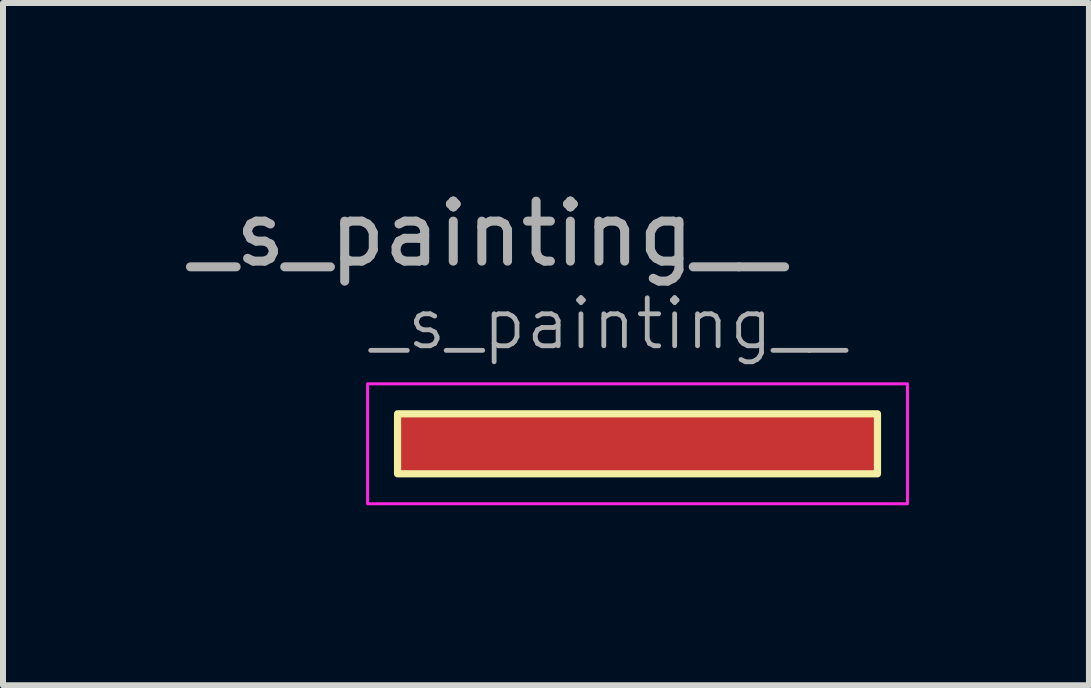
<source format=kicad_pcb>
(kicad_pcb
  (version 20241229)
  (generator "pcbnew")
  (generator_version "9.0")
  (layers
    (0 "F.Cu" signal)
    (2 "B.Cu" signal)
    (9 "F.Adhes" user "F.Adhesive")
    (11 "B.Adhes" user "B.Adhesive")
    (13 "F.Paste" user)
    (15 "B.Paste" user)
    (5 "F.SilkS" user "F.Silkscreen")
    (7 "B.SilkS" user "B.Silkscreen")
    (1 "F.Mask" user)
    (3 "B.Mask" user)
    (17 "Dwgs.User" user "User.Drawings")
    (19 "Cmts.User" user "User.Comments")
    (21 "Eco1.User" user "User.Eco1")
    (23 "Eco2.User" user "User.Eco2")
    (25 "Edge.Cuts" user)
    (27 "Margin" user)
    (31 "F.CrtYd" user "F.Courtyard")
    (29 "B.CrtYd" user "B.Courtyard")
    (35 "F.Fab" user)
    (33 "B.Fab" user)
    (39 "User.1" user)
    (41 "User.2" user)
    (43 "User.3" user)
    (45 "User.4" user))
  (footprint "_s_painting__"
    (layer "F.Cu")
    (at 3.577 3.848)
    (property "Reference" "_s_painting__" (at -0.5 -1.5 0) (unlocked yes) (layer "F.Fab") (effects (font (size 0.8 0.8) (thickness 0.08)) (justify left)))
    (attr smd)
    (fp_rect (start 0 0) (end 8 1) (stroke (width 0.12) (type solid)) (fill no) (layer "F.SilkS"))
    (fp_rect (start -0.5 -0.5) (end 8.5 1.5) (stroke (width 0.05) (type solid)) (fill no) (layer "F.CrtYd"))
    (fp_text user "${REFERENCE}" (at 1.5 -3 0) (unlocked yes) (layer "F.Fab") (effects (font (size 1 1) (thickness 0.15))))
    (pad "1" smd roundrect (at 4 0.5) (size 8 1) (layers "F.Cu" "F.Mask" "F.Paste") (roundrect_rratio 0.1)))
  (gr_rect
    (start -3 -3)
    (end 15.102 8.373)
    (stroke (width 0.1) (type default))
    (fill no)
    (layer "Edge.Cuts")))
</source>
